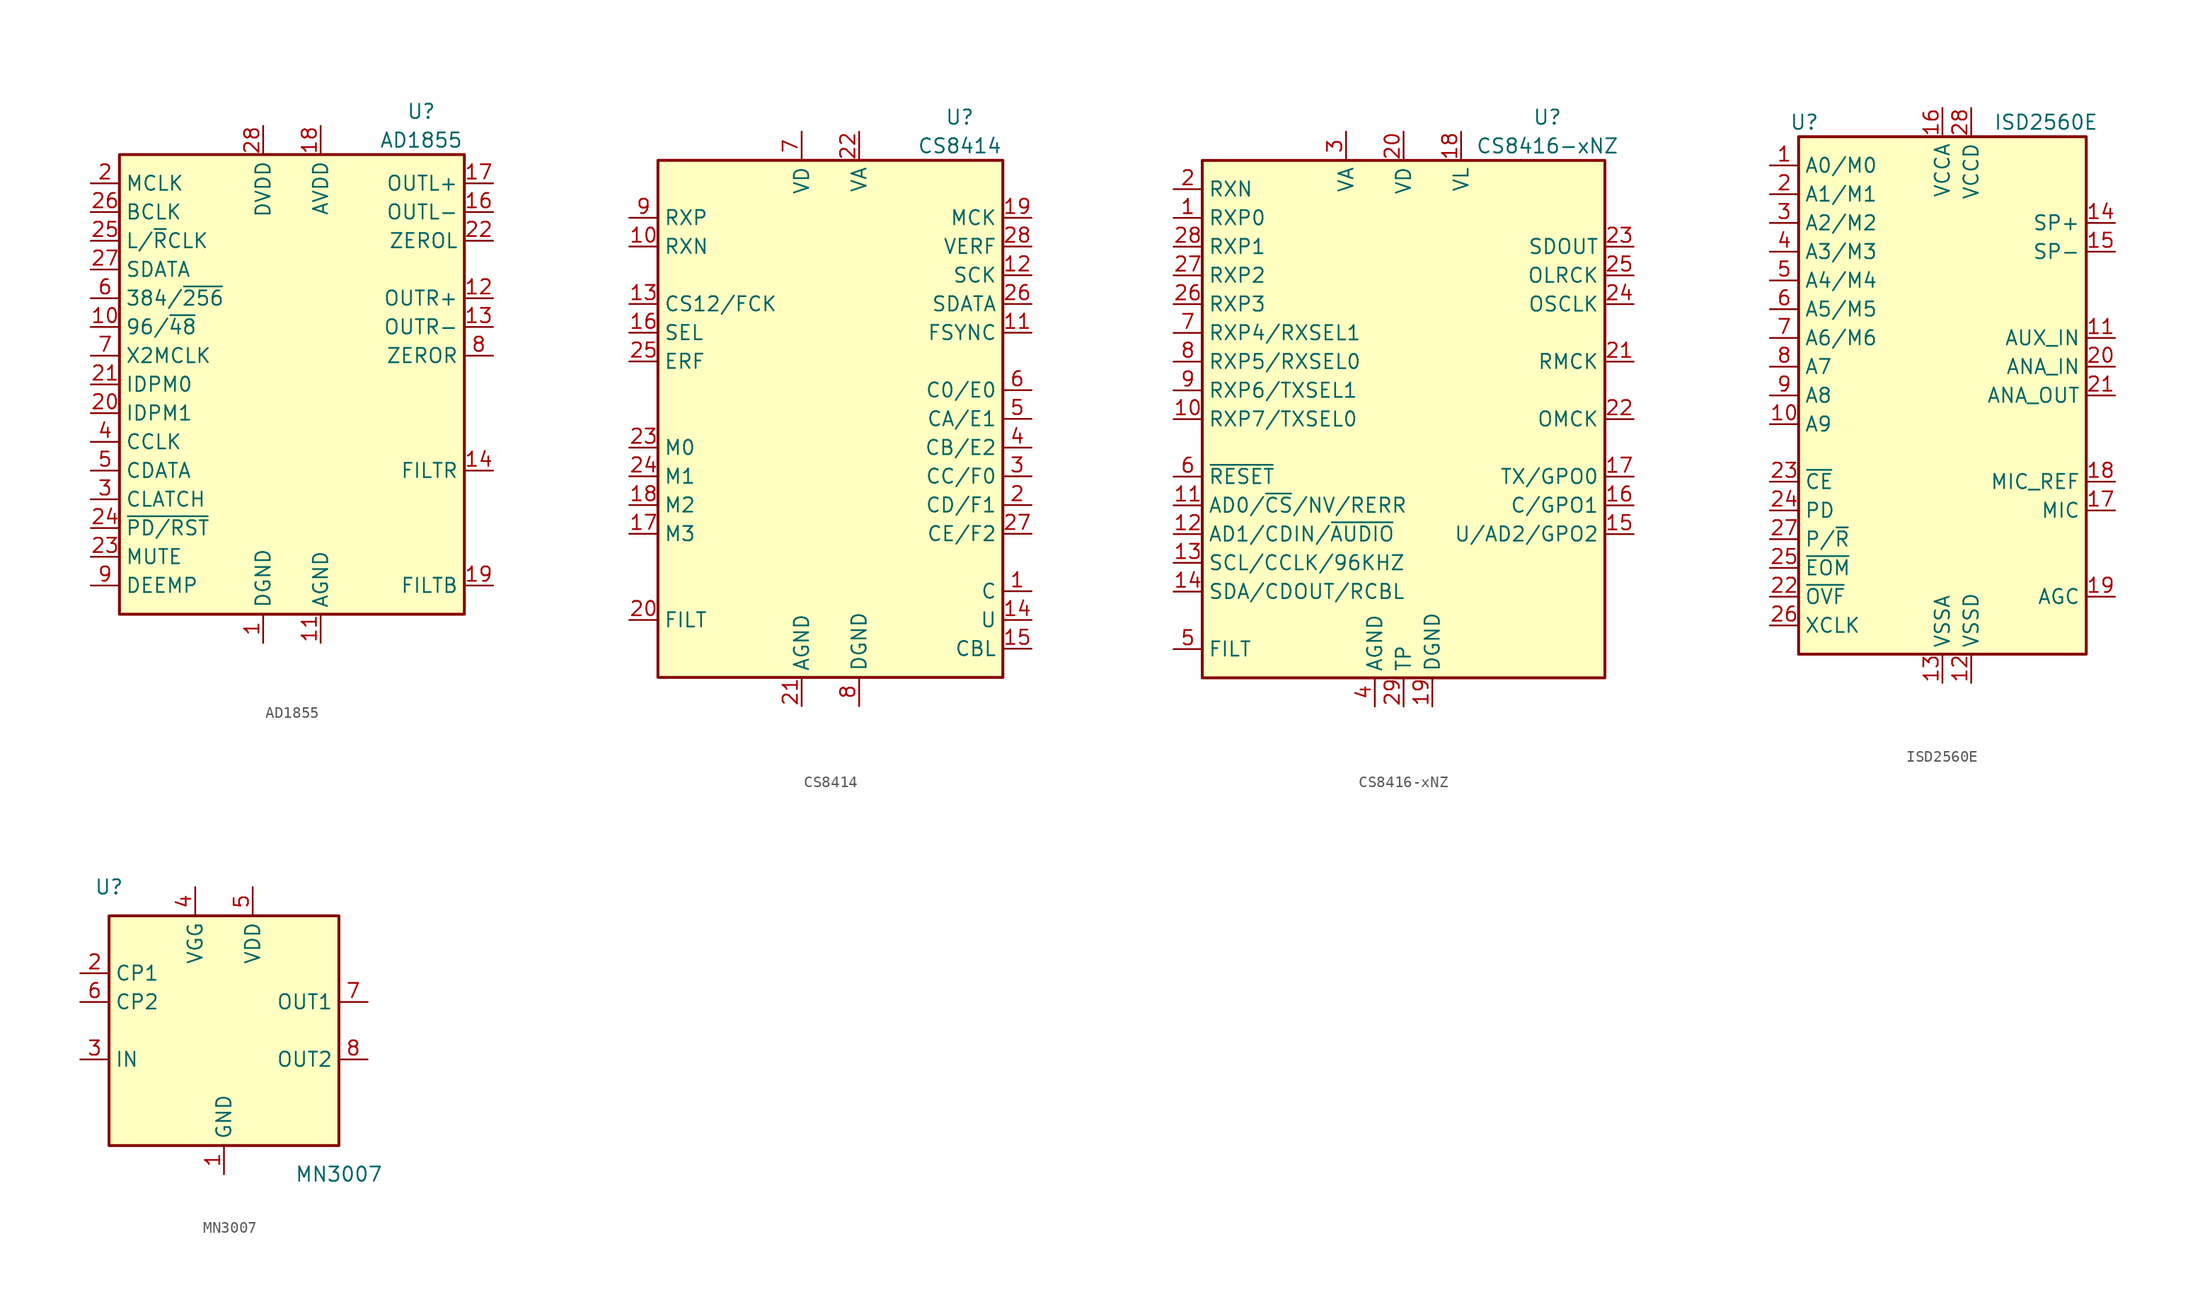
<source format=kicad_sym>
(kicad_symbol_lib
  (version 20220914)
  (generator kicad_symbol_editor)
  (symbol "AD1855"
    (property "Reference" "U"
      (at 11.43 24.13 0)
      (effects (font (size 1.27 1.27))))
    (property "Value" "AD1855"
      (at 11.43 21.59 0)
      (effects (font (size 1.27 1.27))))
    (symbol "AD1855_0_1"
      (rectangle (start -15.24 20.32) (end 15.24 -20.32) (stroke (width 0.254) (type default)) (fill (type background))))
    (symbol "AD1855_1_1"
      (pin power_in line (at -2.54 -22.86 90) (length 2.54) (name "DGND" (effects (font (size 1.27 1.27)))) (number "1" (effects (font (size 1.27 1.27)))))
      (pin input line (at -17.78 5.08 0) (length 2.54) (name "96/~{48}" (effects (font (size 1.27 1.27)))) (number "10" (effects (font (size 1.27 1.27)))))
      (pin power_in line (at 2.54 -22.86 90) (length 2.54) (name "AGND" (effects (font (size 1.27 1.27)))) (number "11" (effects (font (size 1.27 1.27)))))
      (pin output line (at 17.78 7.62 180) (length 2.54) (name "OUTR+" (effects (font (size 1.27 1.27)))) (number "12" (effects (font (size 1.27 1.27)))))
      (pin output line (at 17.78 5.08 180) (length 2.54) (name "OUTR-" (effects (font (size 1.27 1.27)))) (number "13" (effects (font (size 1.27 1.27)))))
      (pin output line (at 17.78 -7.62 180) (length 2.54) (name "FILTR" (effects (font (size 1.27 1.27)))) (number "14" (effects (font (size 1.27 1.27)))))
      (pin passive line (at 2.54 -22.86 90) (length 2.54) hide (name "AGND" (effects (font (size 1.27 1.27)))) (number "15" (effects (font (size 1.27 1.27)))))
      (pin output line (at 17.78 15.24 180) (length 2.54) (name "OUTL-" (effects (font (size 1.27 1.27)))) (number "16" (effects (font (size 1.27 1.27)))))
      (pin output line (at 17.78 17.78 180) (length 2.54) (name "OUTL+" (effects (font (size 1.27 1.27)))) (number "17" (effects (font (size 1.27 1.27)))))
      (pin power_in line (at 2.54 22.86 270) (length 2.54) (name "AVDD" (effects (font (size 1.27 1.27)))) (number "18" (effects (font (size 1.27 1.27)))))
      (pin output line (at 17.78 -17.78 180) (length 2.54) (name "FILTB" (effects (font (size 1.27 1.27)))) (number "19" (effects (font (size 1.27 1.27)))))
      (pin input line (at -17.78 17.78 0) (length 2.54) (name "MCLK" (effects (font (size 1.27 1.27)))) (number "2" (effects (font (size 1.27 1.27)))))
      (pin input line (at -17.78 -2.54 0) (length 2.54) (name "IDPM1" (effects (font (size 1.27 1.27)))) (number "20" (effects (font (size 1.27 1.27)))))
      (pin input line (at -17.78 0 0) (length 2.54) (name "IDPM0" (effects (font (size 1.27 1.27)))) (number "21" (effects (font (size 1.27 1.27)))))
      (pin output line (at 17.78 12.7 180) (length 2.54) (name "ZEROL" (effects (font (size 1.27 1.27)))) (number "22" (effects (font (size 1.27 1.27)))))
      (pin input line (at -17.78 -15.24 0) (length 2.54) (name "MUTE" (effects (font (size 1.27 1.27)))) (number "23" (effects (font (size 1.27 1.27)))))
      (pin input line (at -17.78 -12.7 0) (length 2.54) (name "~{PD/RST}" (effects (font (size 1.27 1.27)))) (number "24" (effects (font (size 1.27 1.27)))))
      (pin input line (at -17.78 12.7 0) (length 2.54) (name "L/~{R}CLK" (effects (font (size 1.27 1.27)))) (number "25" (effects (font (size 1.27 1.27)))))
      (pin input line (at -17.78 15.24 0) (length 2.54) (name "BCLK" (effects (font (size 1.27 1.27)))) (number "26" (effects (font (size 1.27 1.27)))))
      (pin input line (at -17.78 10.16 0) (length 2.54) (name "SDATA" (effects (font (size 1.27 1.27)))) (number "27" (effects (font (size 1.27 1.27)))))
      (pin power_in line (at -2.54 22.86 270) (length 2.54) (name "DVDD" (effects (font (size 1.27 1.27)))) (number "28" (effects (font (size 1.27 1.27)))))
      (pin input line (at -17.78 -10.16 0) (length 2.54) (name "CLATCH" (effects (font (size 1.27 1.27)))) (number "3" (effects (font (size 1.27 1.27)))))
      (pin input line (at -17.78 -5.08 0) (length 2.54) (name "CCLK" (effects (font (size 1.27 1.27)))) (number "4" (effects (font (size 1.27 1.27)))))
      (pin input line (at -17.78 -7.62 0) (length 2.54) (name "CDATA" (effects (font (size 1.27 1.27)))) (number "5" (effects (font (size 1.27 1.27)))))
      (pin input line (at -17.78 7.62 0) (length 2.54) (name "384/~{256}" (effects (font (size 1.27 1.27)))) (number "6" (effects (font (size 1.27 1.27)))))
      (pin input line (at -17.78 2.54 0) (length 2.54) (name "X2MCLK" (effects (font (size 1.27 1.27)))) (number "7" (effects (font (size 1.27 1.27)))))
      (pin output line (at 17.78 2.54 180) (length 2.54) (name "ZEROR" (effects (font (size 1.27 1.27)))) (number "8" (effects (font (size 1.27 1.27)))))
      (pin input line (at -17.78 -17.78 0) (length 2.54) (name "DEEMP" (effects (font (size 1.27 1.27)))) (number "9" (effects (font (size 1.27 1.27)))))))
  (symbol "CS8414"
    (property "Reference" "U"
      (at 11.43 26.67 0)
      (effects (font (size 1.27 1.27))))
    (property "Value" "CS8414"
      (at 11.43 24.13 0)
      (effects (font (size 1.27 1.27))))
    (symbol "CS8414_0_1"
      (rectangle (start -15.24 -22.86) (end 15.24 22.86) (stroke (width 0.254) (type default)) (fill (type background))))
    (symbol "CS8414_1_1"
      (pin output line (at 17.78 -15.24 180) (length 2.54) (name "C" (effects (font (size 1.27 1.27)))) (number "1" (effects (font (size 1.27 1.27)))))
      (pin input line (at -17.78 15.24 0) (length 2.54) (name "RXN" (effects (font (size 1.27 1.27)))) (number "10" (effects (font (size 1.27 1.27)))))
      (pin bidirectional line (at 17.78 7.62 180) (length 2.54) (name "FSYNC" (effects (font (size 1.27 1.27)))) (number "11" (effects (font (size 1.27 1.27)))))
      (pin bidirectional line (at 17.78 12.7 180) (length 2.54) (name "SCK" (effects (font (size 1.27 1.27)))) (number "12" (effects (font (size 1.27 1.27)))))
      (pin input line (at -17.78 10.16 0) (length 2.54) (name "CS12/FCK" (effects (font (size 1.27 1.27)))) (number "13" (effects (font (size 1.27 1.27)))))
      (pin output line (at 17.78 -17.78 180) (length 2.54) (name "U" (effects (font (size 1.27 1.27)))) (number "14" (effects (font (size 1.27 1.27)))))
      (pin output line (at 17.78 -20.32 180) (length 2.54) (name "CBL" (effects (font (size 1.27 1.27)))) (number "15" (effects (font (size 1.27 1.27)))))
      (pin input line (at -17.78 7.62 0) (length 2.54) (name "SEL" (effects (font (size 1.27 1.27)))) (number "16" (effects (font (size 1.27 1.27)))))
      (pin input line (at -17.78 -10.16 0) (length 2.54) (name "M3" (effects (font (size 1.27 1.27)))) (number "17" (effects (font (size 1.27 1.27)))))
      (pin input line (at -17.78 -7.62 0) (length 2.54) (name "M2" (effects (font (size 1.27 1.27)))) (number "18" (effects (font (size 1.27 1.27)))))
      (pin output line (at 17.78 17.78 180) (length 2.54) (name "MCK" (effects (font (size 1.27 1.27)))) (number "19" (effects (font (size 1.27 1.27)))))
      (pin output line (at 17.78 -7.62 180) (length 2.54) (name "CD/F1" (effects (font (size 1.27 1.27)))) (number "2" (effects (font (size 1.27 1.27)))))
      (pin input line (at -17.78 -17.78 0) (length 2.54) (name "FILT" (effects (font (size 1.27 1.27)))) (number "20" (effects (font (size 1.27 1.27)))))
      (pin power_in line (at -2.54 -25.4 90) (length 2.54) (name "AGND" (effects (font (size 1.27 1.27)))) (number "21" (effects (font (size 1.27 1.27)))))
      (pin power_in line (at 2.54 25.4 270) (length 2.54) (name "VA" (effects (font (size 1.27 1.27)))) (number "22" (effects (font (size 1.27 1.27)))))
      (pin input line (at -17.78 -2.54 0) (length 2.54) (name "M0" (effects (font (size 1.27 1.27)))) (number "23" (effects (font (size 1.27 1.27)))))
      (pin input line (at -17.78 -5.08 0) (length 2.54) (name "M1" (effects (font (size 1.27 1.27)))) (number "24" (effects (font (size 1.27 1.27)))))
      (pin output line (at -17.78 5.08 0) (length 2.54) (name "ERF" (effects (font (size 1.27 1.27)))) (number "25" (effects (font (size 1.27 1.27)))))
      (pin output line (at 17.78 10.16 180) (length 2.54) (name "SDATA" (effects (font (size 1.27 1.27)))) (number "26" (effects (font (size 1.27 1.27)))))
      (pin output line (at 17.78 -10.16 180) (length 2.54) (name "CE/F2" (effects (font (size 1.27 1.27)))) (number "27" (effects (font (size 1.27 1.27)))))
      (pin output line (at 17.78 15.24 180) (length 2.54) (name "VERF" (effects (font (size 1.27 1.27)))) (number "28" (effects (font (size 1.27 1.27)))))
      (pin output line (at 17.78 -5.08 180) (length 2.54) (name "CC/F0" (effects (font (size 1.27 1.27)))) (number "3" (effects (font (size 1.27 1.27)))))
      (pin output line (at 17.78 -2.54 180) (length 2.54) (name "CB/E2" (effects (font (size 1.27 1.27)))) (number "4" (effects (font (size 1.27 1.27)))))
      (pin output line (at 17.78 0 180) (length 2.54) (name "CA/E1" (effects (font (size 1.27 1.27)))) (number "5" (effects (font (size 1.27 1.27)))))
      (pin output line (at 17.78 2.54 180) (length 2.54) (name "C0/E0" (effects (font (size 1.27 1.27)))) (number "6" (effects (font (size 1.27 1.27)))))
      (pin power_in line (at -2.54 25.4 270) (length 2.54) (name "VD" (effects (font (size 1.27 1.27)))) (number "7" (effects (font (size 1.27 1.27)))))
      (pin power_in line (at 2.54 -25.4 90) (length 2.54) (name "DGND" (effects (font (size 1.27 1.27)))) (number "8" (effects (font (size 1.27 1.27)))))
      (pin input line (at -17.78 17.78 0) (length 2.54) (name "RXP" (effects (font (size 1.27 1.27)))) (number "9" (effects (font (size 1.27 1.27)))))))
  (symbol "CS8416-xNZ"
    (property "Reference" "U"
      (at 12.7 26.67 0)
      (effects (font (size 1.27 1.27))))
    (property "Value" "CS8416-xNZ"
      (at 12.7 24.13 0)
      (effects (font (size 1.27 1.27))))
    (symbol "CS8416-xNZ_0_1"
      (rectangle (start -17.78 22.86) (end 17.78 -22.86) (stroke (width 0.254) (type default)) (fill (type background))))
    (symbol "CS8416-xNZ_1_1"
      (pin input line (at -20.32 17.78 0) (length 2.54) (name "RXP0" (effects (font (size 1.27 1.27)))) (number "1" (effects (font (size 1.27 1.27)))))
      (pin input line (at -20.32 0 0) (length 2.54) (name "RXP7/TXSEL0" (effects (font (size 1.27 1.27)))) (number "10" (effects (font (size 1.27 1.27)))))
      (pin input line (at -20.32 -7.62 0) (length 2.54) (name "AD0/~{CS}/NV/RERR" (effects (font (size 1.27 1.27)))) (number "11" (effects (font (size 1.27 1.27)))))
      (pin input line (at -20.32 -10.16 0) (length 2.54) (name "AD1/CDIN/~{AUDIO}" (effects (font (size 1.27 1.27)))) (number "12" (effects (font (size 1.27 1.27)))))
      (pin input line (at -20.32 -12.7 0) (length 2.54) (name "SCL/CCLK/96KHZ" (effects (font (size 1.27 1.27)))) (number "13" (effects (font (size 1.27 1.27)))))
      (pin bidirectional line (at -20.32 -15.24 0) (length 2.54) (name "SDA/CDOUT/RCBL" (effects (font (size 1.27 1.27)))) (number "14" (effects (font (size 1.27 1.27)))))
      (pin output line (at 20.32 -10.16 180) (length 2.54) (name "U/AD2/GPO2" (effects (font (size 1.27 1.27)))) (number "15" (effects (font (size 1.27 1.27)))))
      (pin output line (at 20.32 -7.62 180) (length 2.54) (name "C/GPO1" (effects (font (size 1.27 1.27)))) (number "16" (effects (font (size 1.27 1.27)))))
      (pin output line (at 20.32 -5.08 180) (length 2.54) (name "TX/GPO0" (effects (font (size 1.27 1.27)))) (number "17" (effects (font (size 1.27 1.27)))))
      (pin power_in line (at 5.08 25.4 270) (length 2.54) (name "VL" (effects (font (size 1.27 1.27)))) (number "18" (effects (font (size 1.27 1.27)))))
      (pin power_in line (at 2.54 -25.4 90) (length 2.54) (name "DGND" (effects (font (size 1.27 1.27)))) (number "19" (effects (font (size 1.27 1.27)))))
      (pin input line (at -20.32 20.32 0) (length 2.54) (name "RXN" (effects (font (size 1.27 1.27)))) (number "2" (effects (font (size 1.27 1.27)))))
      (pin power_in line (at 0 25.4 270) (length 2.54) (name "VD" (effects (font (size 1.27 1.27)))) (number "20" (effects (font (size 1.27 1.27)))))
      (pin output line (at 20.32 5.08 180) (length 2.54) (name "RMCK" (effects (font (size 1.27 1.27)))) (number "21" (effects (font (size 1.27 1.27)))))
      (pin input line (at 20.32 0 180) (length 2.54) (name "OMCK" (effects (font (size 1.27 1.27)))) (number "22" (effects (font (size 1.27 1.27)))))
      (pin output line (at 20.32 15.24 180) (length 2.54) (name "SDOUT" (effects (font (size 1.27 1.27)))) (number "23" (effects (font (size 1.27 1.27)))))
      (pin bidirectional line (at 20.32 10.16 180) (length 2.54) (name "OSCLK" (effects (font (size 1.27 1.27)))) (number "24" (effects (font (size 1.27 1.27)))))
      (pin bidirectional line (at 20.32 12.7 180) (length 2.54) (name "OLRCK" (effects (font (size 1.27 1.27)))) (number "25" (effects (font (size 1.27 1.27)))))
      (pin input line (at -20.32 10.16 0) (length 2.54) (name "RXP3" (effects (font (size 1.27 1.27)))) (number "26" (effects (font (size 1.27 1.27)))))
      (pin input line (at -20.32 12.7 0) (length 2.54) (name "RXP2" (effects (font (size 1.27 1.27)))) (number "27" (effects (font (size 1.27 1.27)))))
      (pin input line (at -20.32 15.24 0) (length 2.54) (name "RXP1" (effects (font (size 1.27 1.27)))) (number "28" (effects (font (size 1.27 1.27)))))
      (pin power_in line (at 0 -25.4 90) (length 2.54) (name "TP" (effects (font (size 1.27 1.27)))) (number "29" (effects (font (size 1.27 1.27)))))
      (pin power_in line (at -5.08 25.4 270) (length 2.54) (name "VA" (effects (font (size 1.27 1.27)))) (number "3" (effects (font (size 1.27 1.27)))))
      (pin power_in line (at -2.54 -25.4 90) (length 2.54) (name "AGND" (effects (font (size 1.27 1.27)))) (number "4" (effects (font (size 1.27 1.27)))))
      (pin passive line (at -20.32 -20.32 0) (length 2.54) (name "FILT" (effects (font (size 1.27 1.27)))) (number "5" (effects (font (size 1.27 1.27)))))
      (pin input line (at -20.32 -5.08 0) (length 2.54) (name "~{RESET}" (effects (font (size 1.27 1.27)))) (number "6" (effects (font (size 1.27 1.27)))))
      (pin input line (at -20.32 7.62 0) (length 2.54) (name "RXP4/RXSEL1" (effects (font (size 1.27 1.27)))) (number "7" (effects (font (size 1.27 1.27)))))
      (pin input line (at -20.32 5.08 0) (length 2.54) (name "RXP5/RXSEL0" (effects (font (size 1.27 1.27)))) (number "8" (effects (font (size 1.27 1.27)))))
      (pin input line (at -20.32 2.54 0) (length 2.54) (name "RXP6/TXSEL1" (effects (font (size 1.27 1.27)))) (number "9" (effects (font (size 1.27 1.27)))))))
  (symbol "ISD2560E"
    (property "Reference" "U"
      (at -12.192 24.13 0)
      (effects (font (size 1.27 1.27))))
    (property "Value" "ISD2560E"
      (at 9.144 24.13 0)
      (effects (font (size 1.27 1.27))))
    (symbol "ISD2560E_0_1"
      (rectangle (start -12.7 22.86) (end 12.7 -22.86) (stroke (width 0.254) (type default)) (fill (type background))))
    (symbol "ISD2560E_1_1"
      (pin input line (at -15.24 20.32 0) (length 2.54) (name "A0/M0" (effects (font (size 1.27 1.27)))) (number "1" (effects (font (size 1.27 1.27)))))
      (pin input line (at -15.24 -2.54 0) (length 2.54) (name "A9" (effects (font (size 1.27 1.27)))) (number "10" (effects (font (size 1.27 1.27)))))
      (pin input line (at 15.24 5.08 180) (length 2.54) (name "AUX_IN" (effects (font (size 1.27 1.27)))) (number "11" (effects (font (size 1.27 1.27)))))
      (pin power_in line (at 2.54 -25.4 90) (length 2.54) (name "VSSD" (effects (font (size 1.27 1.27)))) (number "12" (effects (font (size 1.27 1.27)))))
      (pin power_in line (at 0 -25.4 90) (length 2.54) (name "VSSA" (effects (font (size 1.27 1.27)))) (number "13" (effects (font (size 1.27 1.27)))))
      (pin output line (at 15.24 15.24 180) (length 2.54) (name "SP+" (effects (font (size 1.27 1.27)))) (number "14" (effects (font (size 1.27 1.27)))))
      (pin output line (at 15.24 12.7 180) (length 2.54) (name "SP-" (effects (font (size 1.27 1.27)))) (number "15" (effects (font (size 1.27 1.27)))))
      (pin power_in line (at 0 25.4 270) (length 2.54) (name "VCCA" (effects (font (size 1.27 1.27)))) (number "16" (effects (font (size 1.27 1.27)))))
      (pin input line (at 15.24 -10.16 180) (length 2.54) (name "MIC" (effects (font (size 1.27 1.27)))) (number "17" (effects (font (size 1.27 1.27)))))
      (pin passive line (at 15.24 -7.62 180) (length 2.54) (name "MIC_REF" (effects (font (size 1.27 1.27)))) (number "18" (effects (font (size 1.27 1.27)))))
      (pin passive line (at 15.24 -17.78 180) (length 2.54) (name "AGC" (effects (font (size 1.27 1.27)))) (number "19" (effects (font (size 1.27 1.27)))))
      (pin input line (at -15.24 17.78 0) (length 2.54) (name "A1/M1" (effects (font (size 1.27 1.27)))) (number "2" (effects (font (size 1.27 1.27)))))
      (pin input line (at 15.24 2.54 180) (length 2.54) (name "ANA_IN" (effects (font (size 1.27 1.27)))) (number "20" (effects (font (size 1.27 1.27)))))
      (pin output line (at 15.24 0 180) (length 2.54) (name "ANA_OUT" (effects (font (size 1.27 1.27)))) (number "21" (effects (font (size 1.27 1.27)))))
      (pin output line (at -15.24 -17.78 0) (length 2.54) (name "~{OVF}" (effects (font (size 1.27 1.27)))) (number "22" (effects (font (size 1.27 1.27)))))
      (pin input line (at -15.24 -7.62 0) (length 2.54) (name "~{CE}" (effects (font (size 1.27 1.27)))) (number "23" (effects (font (size 1.27 1.27)))))
      (pin input line (at -15.24 -10.16 0) (length 2.54) (name "PD" (effects (font (size 1.27 1.27)))) (number "24" (effects (font (size 1.27 1.27)))))
      (pin output line (at -15.24 -15.24 0) (length 2.54) (name "~{EOM}" (effects (font (size 1.27 1.27)))) (number "25" (effects (font (size 1.27 1.27)))))
      (pin input line (at -15.24 -20.32 0) (length 2.54) (name "XCLK" (effects (font (size 1.27 1.27)))) (number "26" (effects (font (size 1.27 1.27)))))
      (pin input line (at -15.24 -12.7 0) (length 2.54) (name "P/~{R}" (effects (font (size 1.27 1.27)))) (number "27" (effects (font (size 1.27 1.27)))))
      (pin power_in line (at 2.54 25.4 270) (length 2.54) (name "VCCD" (effects (font (size 1.27 1.27)))) (number "28" (effects (font (size 1.27 1.27)))))
      (pin input line (at -15.24 15.24 0) (length 2.54) (name "A2/M2" (effects (font (size 1.27 1.27)))) (number "3" (effects (font (size 1.27 1.27)))))
      (pin input line (at -15.24 12.7 0) (length 2.54) (name "A3/M3" (effects (font (size 1.27 1.27)))) (number "4" (effects (font (size 1.27 1.27)))))
      (pin input line (at -15.24 10.16 0) (length 2.54) (name "A4/M4" (effects (font (size 1.27 1.27)))) (number "5" (effects (font (size 1.27 1.27)))))
      (pin input line (at -15.24 7.62 0) (length 2.54) (name "A5/M5" (effects (font (size 1.27 1.27)))) (number "6" (effects (font (size 1.27 1.27)))))
      (pin input line (at -15.24 5.08 0) (length 2.54) (name "A6/M6" (effects (font (size 1.27 1.27)))) (number "7" (effects (font (size 1.27 1.27)))))
      (pin input line (at -15.24 2.54 0) (length 2.54) (name "A7" (effects (font (size 1.27 1.27)))) (number "8" (effects (font (size 1.27 1.27)))))
      (pin input line (at -15.24 0 0) (length 2.54) (name "A8" (effects (font (size 1.27 1.27)))) (number "9" (effects (font (size 1.27 1.27)))))))
  (symbol "MN3007"
    (property "Reference" "U"
      (at -10.16 12.7 0)
      (effects (font (size 1.27 1.27))))
    (property "Value" "MN3007"
      (at 10.16 -12.7 0)
      (effects (font (size 1.27 1.27))))
    (symbol "MN3007_0_1"
      (rectangle (start -10.16 10.16) (end 10.16 -10.16) (stroke (width 0.254) (type default)) (fill (type background))))
    (symbol "MN3007_1_1"
      (pin power_in line (at 0 -12.7 90) (length 2.54) (name "GND" (effects (font (size 1.27 1.27)))) (number "1" (effects (font (size 1.27 1.27)))))
      (pin input line (at -12.7 5.08 0) (length 2.54) (name "CP1" (effects (font (size 1.27 1.27)))) (number "2" (effects (font (size 1.27 1.27)))))
      (pin input line (at -12.7 -2.54 0) (length 2.54) (name "IN" (effects (font (size 1.27 1.27)))) (number "3" (effects (font (size 1.27 1.27)))))
      (pin power_in line (at -2.54 12.7 270) (length 2.54) (name "VGG" (effects (font (size 1.27 1.27)))) (number "4" (effects (font (size 1.27 1.27)))))
      (pin power_in line (at 2.54 12.7 270) (length 2.54) (name "VDD" (effects (font (size 1.27 1.27)))) (number "5" (effects (font (size 1.27 1.27)))))
      (pin input line (at -12.7 2.54 0) (length 2.54) (name "CP2" (effects (font (size 1.27 1.27)))) (number "6" (effects (font (size 1.27 1.27)))))
      (pin output line (at 12.7 2.54 180) (length 2.54) (name "OUT1" (effects (font (size 1.27 1.27)))) (number "7" (effects (font (size 1.27 1.27)))))
      (pin output line (at 12.7 -2.54 180) (length 2.54) (name "OUT2" (effects (font (size 1.27 1.27)))) (number "8" (effects (font (size 1.27 1.27))))))))
</source>
